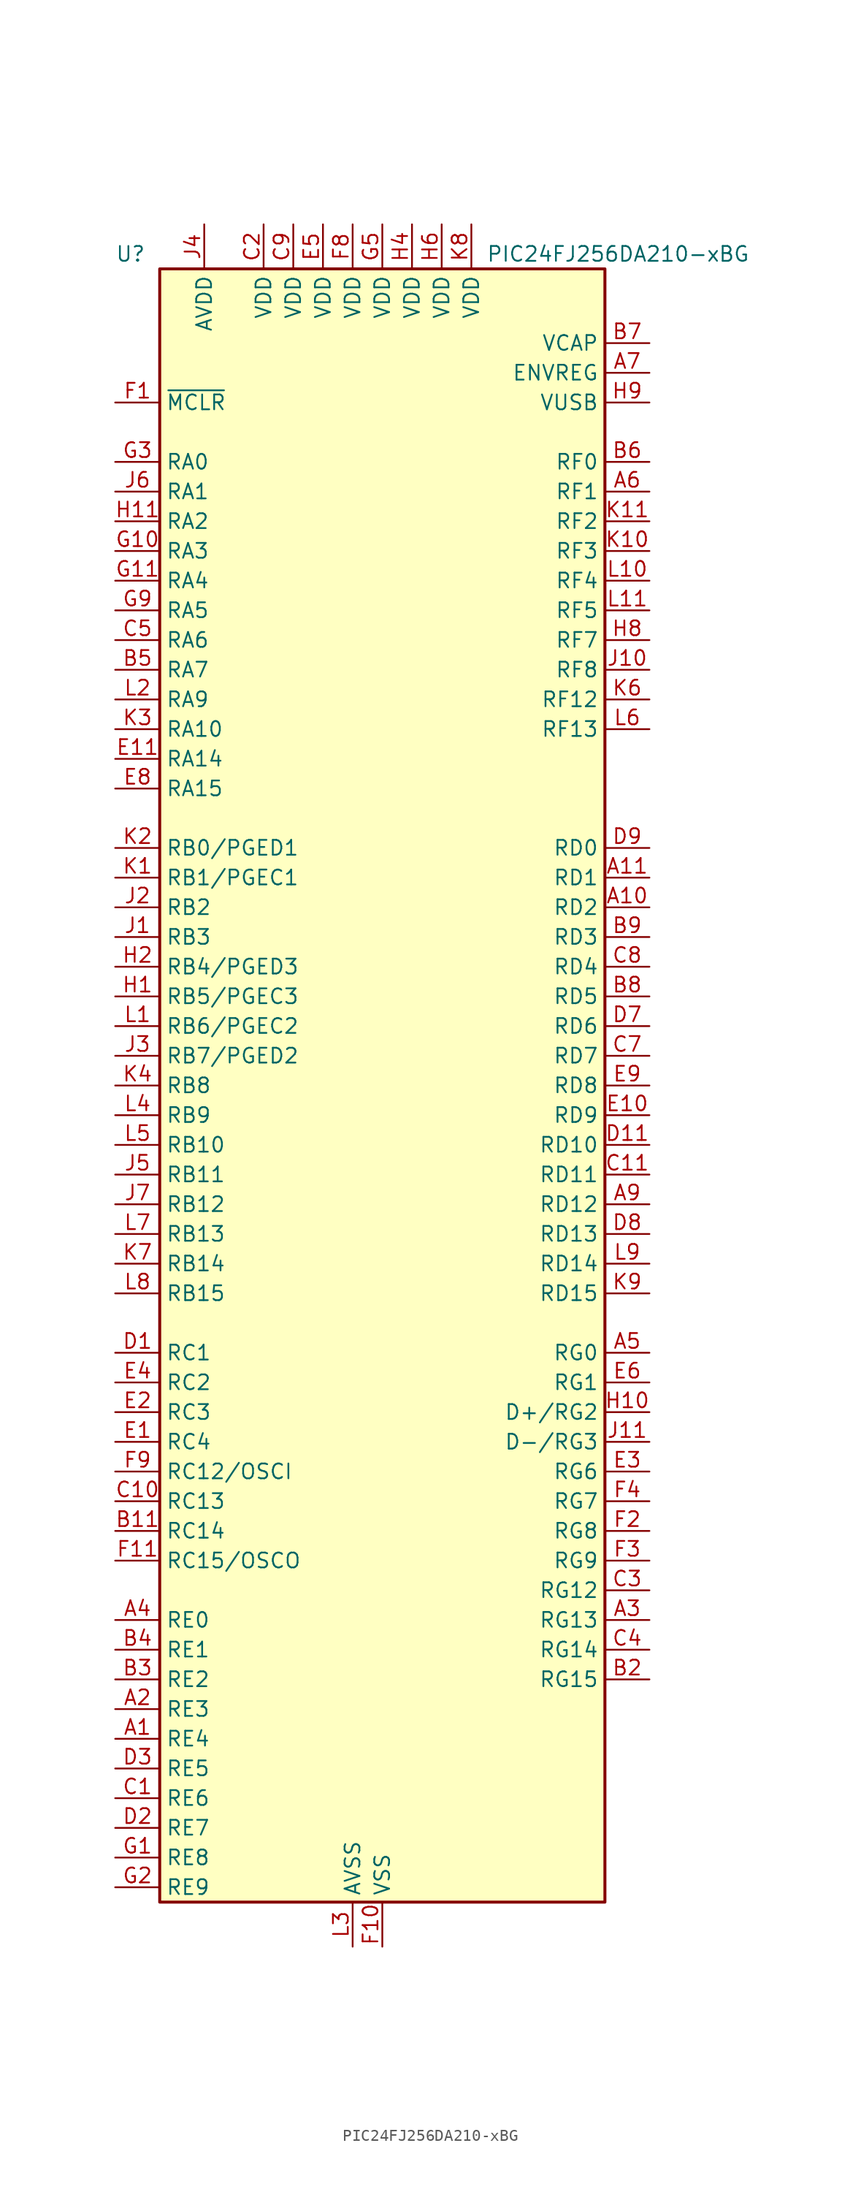
<source format=kicad_sym>
(kicad_symbol_lib
  (version 20241209)
  (generator "kicad_symbol_editor")
  (generator_version "9.0")
  (symbol "PIC24FJ256DA210-xBG"
    (property "Reference" "U"
      (at -22.86 71.12 0)
      (effects (font (size 1.27 1.27)) (justify left)))
    (property "Value" "PIC24FJ256DA210-xBG"
      (at 8.89 71.12 0)
      (effects (font (size 1.27 1.27)) (justify left)))
    (symbol "PIC24FJ256DA210-xBG_1_1"
      (rectangle (start -19.05 69.85) (end 19.05 -69.85) (stroke (width 0.254) (type default)) (fill (type background)))
      (pin input line (at -22.86 58.42 0) (length 3.81) (name "~{MCLR}" (effects (font (size 1.27 1.27)))) (number "F1" (effects (font (size 1.27 1.27)))))
      (pin bidirectional line (at -22.86 53.34 0) (length 3.81) (name "RA0" (effects (font (size 1.27 1.27)))) (number "G3" (effects (font (size 1.27 1.27)))))
      (pin bidirectional line (at -22.86 50.8 0) (length 3.81) (name "RA1" (effects (font (size 1.27 1.27)))) (number "J6" (effects (font (size 1.27 1.27)))))
      (pin bidirectional line (at -22.86 48.26 0) (length 3.81) (name "RA2" (effects (font (size 1.27 1.27)))) (number "H11" (effects (font (size 1.27 1.27)))))
      (pin bidirectional line (at -22.86 45.72 0) (length 3.81) (name "RA3" (effects (font (size 1.27 1.27)))) (number "G10" (effects (font (size 1.27 1.27)))))
      (pin bidirectional line (at -22.86 43.18 0) (length 3.81) (name "RA4" (effects (font (size 1.27 1.27)))) (number "G11" (effects (font (size 1.27 1.27)))))
      (pin bidirectional line (at -22.86 40.64 0) (length 3.81) (name "RA5" (effects (font (size 1.27 1.27)))) (number "G9" (effects (font (size 1.27 1.27)))))
      (pin bidirectional line (at -22.86 38.1 0) (length 3.81) (name "RA6" (effects (font (size 1.27 1.27)))) (number "C5" (effects (font (size 1.27 1.27)))))
      (pin bidirectional line (at -22.86 35.56 0) (length 3.81) (name "RA7" (effects (font (size 1.27 1.27)))) (number "B5" (effects (font (size 1.27 1.27)))))
      (pin bidirectional line (at -22.86 33.02 0) (length 3.81) (name "RA9" (effects (font (size 1.27 1.27)))) (number "L2" (effects (font (size 1.27 1.27)))))
      (pin bidirectional line (at -22.86 30.48 0) (length 3.81) (name "RA10" (effects (font (size 1.27 1.27)))) (number "K3" (effects (font (size 1.27 1.27)))))
      (pin bidirectional line (at -22.86 27.94 0) (length 3.81) (name "RA14" (effects (font (size 1.27 1.27)))) (number "E11" (effects (font (size 1.27 1.27)))))
      (pin bidirectional line (at -22.86 25.4 0) (length 3.81) (name "RA15" (effects (font (size 1.27 1.27)))) (number "E8" (effects (font (size 1.27 1.27)))))
      (pin bidirectional line (at -22.86 20.32 0) (length 3.81) (name "RB0/PGED1" (effects (font (size 1.27 1.27)))) (number "K2" (effects (font (size 1.27 1.27)))))
      (pin bidirectional line (at -22.86 17.78 0) (length 3.81) (name "RB1/PGEC1" (effects (font (size 1.27 1.27)))) (number "K1" (effects (font (size 1.27 1.27)))))
      (pin bidirectional line (at -22.86 15.24 0) (length 3.81) (name "RB2" (effects (font (size 1.27 1.27)))) (number "J2" (effects (font (size 1.27 1.27)))))
      (pin bidirectional line (at -22.86 12.7 0) (length 3.81) (name "RB3" (effects (font (size 1.27 1.27)))) (number "J1" (effects (font (size 1.27 1.27)))))
      (pin bidirectional line (at -22.86 10.16 0) (length 3.81) (name "RB4/PGED3" (effects (font (size 1.27 1.27)))) (number "H2" (effects (font (size 1.27 1.27)))))
      (pin bidirectional line (at -22.86 7.62 0) (length 3.81) (name "RB5/PGEC3" (effects (font (size 1.27 1.27)))) (number "H1" (effects (font (size 1.27 1.27)))))
      (pin bidirectional line (at -22.86 5.08 0) (length 3.81) (name "RB6/PGEC2" (effects (font (size 1.27 1.27)))) (number "L1" (effects (font (size 1.27 1.27)))))
      (pin bidirectional line (at -22.86 2.54 0) (length 3.81) (name "RB7/PGED2" (effects (font (size 1.27 1.27)))) (number "J3" (effects (font (size 1.27 1.27)))))
      (pin bidirectional line (at -22.86 0 0) (length 3.81) (name "RB8" (effects (font (size 1.27 1.27)))) (number "K4" (effects (font (size 1.27 1.27)))))
      (pin bidirectional line (at -22.86 -2.54 0) (length 3.81) (name "RB9" (effects (font (size 1.27 1.27)))) (number "L4" (effects (font (size 1.27 1.27)))))
      (pin bidirectional line (at -22.86 -5.08 0) (length 3.81) (name "RB10" (effects (font (size 1.27 1.27)))) (number "L5" (effects (font (size 1.27 1.27)))))
      (pin bidirectional line (at -22.86 -7.62 0) (length 3.81) (name "RB11" (effects (font (size 1.27 1.27)))) (number "J5" (effects (font (size 1.27 1.27)))))
      (pin bidirectional line (at -22.86 -10.16 0) (length 3.81) (name "RB12" (effects (font (size 1.27 1.27)))) (number "J7" (effects (font (size 1.27 1.27)))))
      (pin bidirectional line (at -22.86 -12.7 0) (length 3.81) (name "RB13" (effects (font (size 1.27 1.27)))) (number "L7" (effects (font (size 1.27 1.27)))))
      (pin bidirectional line (at -22.86 -15.24 0) (length 3.81) (name "RB14" (effects (font (size 1.27 1.27)))) (number "K7" (effects (font (size 1.27 1.27)))))
      (pin bidirectional line (at -22.86 -17.78 0) (length 3.81) (name "RB15" (effects (font (size 1.27 1.27)))) (number "L8" (effects (font (size 1.27 1.27)))))
      (pin bidirectional line (at -22.86 -22.86 0) (length 3.81) (name "RC1" (effects (font (size 1.27 1.27)))) (number "D1" (effects (font (size 1.27 1.27)))))
      (pin bidirectional line (at -22.86 -25.4 0) (length 3.81) (name "RC2" (effects (font (size 1.27 1.27)))) (number "E4" (effects (font (size 1.27 1.27)))))
      (pin bidirectional line (at -22.86 -27.94 0) (length 3.81) (name "RC3" (effects (font (size 1.27 1.27)))) (number "E2" (effects (font (size 1.27 1.27)))))
      (pin bidirectional line (at -22.86 -30.48 0) (length 3.81) (name "RC4" (effects (font (size 1.27 1.27)))) (number "E1" (effects (font (size 1.27 1.27)))))
      (pin bidirectional line (at -22.86 -33.02 0) (length 3.81) (name "RC12/OSCI" (effects (font (size 1.27 1.27)))) (number "F9" (effects (font (size 1.27 1.27)))))
      (pin bidirectional line (at -22.86 -35.56 0) (length 3.81) (name "RC13" (effects (font (size 1.27 1.27)))) (number "C10" (effects (font (size 1.27 1.27)))))
      (pin bidirectional line (at -22.86 -38.1 0) (length 3.81) (name "RC14" (effects (font (size 1.27 1.27)))) (number "B11" (effects (font (size 1.27 1.27)))))
      (pin bidirectional line (at -22.86 -40.64 0) (length 3.81) (name "RC15/OSCO" (effects (font (size 1.27 1.27)))) (number "F11" (effects (font (size 1.27 1.27)))))
      (pin bidirectional line (at -22.86 -45.72 0) (length 3.81) (name "RE0" (effects (font (size 1.27 1.27)))) (number "A4" (effects (font (size 1.27 1.27)))))
      (pin bidirectional line (at -22.86 -48.26 0) (length 3.81) (name "RE1" (effects (font (size 1.27 1.27)))) (number "B4" (effects (font (size 1.27 1.27)))))
      (pin bidirectional line (at -22.86 -50.8 0) (length 3.81) (name "RE2" (effects (font (size 1.27 1.27)))) (number "B3" (effects (font (size 1.27 1.27)))))
      (pin bidirectional line (at -22.86 -53.34 0) (length 3.81) (name "RE3" (effects (font (size 1.27 1.27)))) (number "A2" (effects (font (size 1.27 1.27)))))
      (pin bidirectional line (at -22.86 -55.88 0) (length 3.81) (name "RE4" (effects (font (size 1.27 1.27)))) (number "A1" (effects (font (size 1.27 1.27)))))
      (pin bidirectional line (at -22.86 -58.42 0) (length 3.81) (name "RE5" (effects (font (size 1.27 1.27)))) (number "D3" (effects (font (size 1.27 1.27)))))
      (pin bidirectional line (at -22.86 -60.96 0) (length 3.81) (name "RE6" (effects (font (size 1.27 1.27)))) (number "C1" (effects (font (size 1.27 1.27)))))
      (pin bidirectional line (at -22.86 -63.5 0) (length 3.81) (name "RE7" (effects (font (size 1.27 1.27)))) (number "D2" (effects (font (size 1.27 1.27)))))
      (pin bidirectional line (at -22.86 -66.04 0) (length 3.81) (name "RE8" (effects (font (size 1.27 1.27)))) (number "G1" (effects (font (size 1.27 1.27)))))
      (pin bidirectional line (at -22.86 -68.58 0) (length 3.81) (name "RE9" (effects (font (size 1.27 1.27)))) (number "G2" (effects (font (size 1.27 1.27)))))
      (pin power_in line (at -15.24 73.66 270) (length 3.81) (name "AVDD" (effects (font (size 1.27 1.27)))) (number "J4" (effects (font (size 1.27 1.27)))))
      (pin power_in line (at -10.16 73.66 270) (length 3.81) (name "VDD" (effects (font (size 1.27 1.27)))) (number "C2" (effects (font (size 1.27 1.27)))))
      (pin power_in line (at -7.62 73.66 270) (length 3.81) (name "VDD" (effects (font (size 1.27 1.27)))) (number "C9" (effects (font (size 1.27 1.27)))))
      (pin power_in line (at -5.08 73.66 270) (length 3.81) (name "VDD" (effects (font (size 1.27 1.27)))) (number "E5" (effects (font (size 1.27 1.27)))))
      (pin power_in line (at -2.54 73.66 270) (length 3.81) (name "VDD" (effects (font (size 1.27 1.27)))) (number "F8" (effects (font (size 1.27 1.27)))))
      (pin power_in line (at -2.54 -73.66 90) (length 3.81) (name "AVSS" (effects (font (size 1.27 1.27)))) (number "L3" (effects (font (size 1.27 1.27)))))
      (pin power_in line (at 0 73.66 270) (length 3.81) (name "VDD" (effects (font (size 1.27 1.27)))) (number "G5" (effects (font (size 1.27 1.27)))))
      (pin passive line (at 0 -73.66 90) (length 3.81) (hide yes) (name "VSS" (effects (font (size 1.27 1.27)))) (number "B10" (effects (font (size 1.27 1.27)))))
      (pin passive line (at 0 -73.66 90) (length 3.81) (hide yes) (name "VSS" (effects (font (size 1.27 1.27)))) (number "D4" (effects (font (size 1.27 1.27)))))
      (pin passive line (at 0 -73.66 90) (length 3.81) (hide yes) (name "VSS" (effects (font (size 1.27 1.27)))) (number "D5" (effects (font (size 1.27 1.27)))))
      (pin power_in line (at 0 -73.66 90) (length 3.81) (name "VSS" (effects (font (size 1.27 1.27)))) (number "F10" (effects (font (size 1.27 1.27)))))
      (pin passive line (at 0 -73.66 90) (length 3.81) (hide yes) (name "VSS" (effects (font (size 1.27 1.27)))) (number "F5" (effects (font (size 1.27 1.27)))))
      (pin passive line (at 0 -73.66 90) (length 3.81) (hide yes) (name "VSS" (effects (font (size 1.27 1.27)))) (number "G6" (effects (font (size 1.27 1.27)))))
      (pin passive line (at 0 -73.66 90) (length 3.81) (hide yes) (name "VSS" (effects (font (size 1.27 1.27)))) (number "G7" (effects (font (size 1.27 1.27)))))
      (pin passive line (at 0 -73.66 90) (length 3.81) (hide yes) (name "VSS" (effects (font (size 1.27 1.27)))) (number "H3" (effects (font (size 1.27 1.27)))))
      (pin power_in line (at 2.54 73.66 270) (length 3.81) (name "VDD" (effects (font (size 1.27 1.27)))) (number "H4" (effects (font (size 1.27 1.27)))))
      (pin no_connect line (at 2.54 -25.4 180) (length 3.81) (hide yes) (name "N/C" (effects (font (size 1.27 1.27)))) (number "A8" (effects (font (size 1.27 1.27)))))
      (pin no_connect line (at 2.54 -27.94 180) (length 3.81) (hide yes) (name "N/C" (effects (font (size 1.27 1.27)))) (number "B1" (effects (font (size 1.27 1.27)))))
      (pin no_connect line (at 2.54 -30.48 180) (length 3.81) (hide yes) (name "N/C" (effects (font (size 1.27 1.27)))) (number "C6" (effects (font (size 1.27 1.27)))))
      (pin no_connect line (at 2.54 -33.02 180) (length 3.81) (hide yes) (name "N/C" (effects (font (size 1.27 1.27)))) (number "D6" (effects (font (size 1.27 1.27)))))
      (pin no_connect line (at 2.54 -35.56 180) (length 3.81) (hide yes) (name "N/C" (effects (font (size 1.27 1.27)))) (number "D10" (effects (font (size 1.27 1.27)))))
      (pin no_connect line (at 2.54 -38.1 180) (length 3.81) (hide yes) (name "N/C" (effects (font (size 1.27 1.27)))) (number "E7" (effects (font (size 1.27 1.27)))))
      (pin no_connect line (at 2.54 -40.64 180) (length 3.81) (hide yes) (name "N/C" (effects (font (size 1.27 1.27)))) (number "F6" (effects (font (size 1.27 1.27)))))
      (pin no_connect line (at 2.54 -43.18 180) (length 3.81) (hide yes) (name "N/C" (effects (font (size 1.27 1.27)))) (number "F7" (effects (font (size 1.27 1.27)))))
      (pin no_connect line (at 2.54 -45.72 180) (length 3.81) (hide yes) (name "N/C" (effects (font (size 1.27 1.27)))) (number "G4" (effects (font (size 1.27 1.27)))))
      (pin no_connect line (at 2.54 -48.26 180) (length 3.81) (hide yes) (name "N/C" (effects (font (size 1.27 1.27)))) (number "G8" (effects (font (size 1.27 1.27)))))
      (pin no_connect line (at 2.54 -50.8 180) (length 3.81) (hide yes) (name "N/C" (effects (font (size 1.27 1.27)))) (number "H5" (effects (font (size 1.27 1.27)))))
      (pin no_connect line (at 2.54 -53.34 180) (length 3.81) (hide yes) (name "N/C" (effects (font (size 1.27 1.27)))) (number "H7" (effects (font (size 1.27 1.27)))))
      (pin no_connect line (at 2.54 -55.88 180) (length 3.81) (hide yes) (name "N/C" (effects (font (size 1.27 1.27)))) (number "J8" (effects (font (size 1.27 1.27)))))
      (pin no_connect line (at 2.54 -58.42 180) (length 3.81) (hide yes) (name "N/C" (effects (font (size 1.27 1.27)))) (number "J9" (effects (font (size 1.27 1.27)))))
      (pin no_connect line (at 2.54 -60.96 180) (length 3.81) (hide yes) (name "N/C" (effects (font (size 1.27 1.27)))) (number "K5" (effects (font (size 1.27 1.27)))))
      (pin power_in line (at 5.08 73.66 270) (length 3.81) (name "VDD" (effects (font (size 1.27 1.27)))) (number "H6" (effects (font (size 1.27 1.27)))))
      (pin power_in line (at 7.62 73.66 270) (length 3.81) (name "VDD" (effects (font (size 1.27 1.27)))) (number "K8" (effects (font (size 1.27 1.27)))))
      (pin passive line (at 22.86 63.5 180) (length 3.81) (name "VCAP" (effects (font (size 1.27 1.27)))) (number "B7" (effects (font (size 1.27 1.27)))))
      (pin input line (at 22.86 60.96 180) (length 3.81) (name "ENVREG" (effects (font (size 1.27 1.27)))) (number "A7" (effects (font (size 1.27 1.27)))))
      (pin bidirectional line (at 22.86 58.42 180) (length 3.81) (name "VUSB" (effects (font (size 1.27 1.27)))) (number "H9" (effects (font (size 1.27 1.27)))))
      (pin bidirectional line (at 22.86 53.34 180) (length 3.81) (name "RF0" (effects (font (size 1.27 1.27)))) (number "B6" (effects (font (size 1.27 1.27)))))
      (pin bidirectional line (at 22.86 50.8 180) (length 3.81) (name "RF1" (effects (font (size 1.27 1.27)))) (number "A6" (effects (font (size 1.27 1.27)))))
      (pin bidirectional line (at 22.86 48.26 180) (length 3.81) (name "RF2" (effects (font (size 1.27 1.27)))) (number "K11" (effects (font (size 1.27 1.27)))))
      (pin bidirectional line (at 22.86 45.72 180) (length 3.81) (name "RF3" (effects (font (size 1.27 1.27)))) (number "K10" (effects (font (size 1.27 1.27)))))
      (pin bidirectional line (at 22.86 43.18 180) (length 3.81) (name "RF4" (effects (font (size 1.27 1.27)))) (number "L10" (effects (font (size 1.27 1.27)))))
      (pin bidirectional line (at 22.86 40.64 180) (length 3.81) (name "RF5" (effects (font (size 1.27 1.27)))) (number "L11" (effects (font (size 1.27 1.27)))))
      (pin bidirectional line (at 22.86 38.1 180) (length 3.81) (name "RF7" (effects (font (size 1.27 1.27)))) (number "H8" (effects (font (size 1.27 1.27)))))
      (pin bidirectional line (at 22.86 35.56 180) (length 3.81) (name "RF8" (effects (font (size 1.27 1.27)))) (number "J10" (effects (font (size 1.27 1.27)))))
      (pin bidirectional line (at 22.86 33.02 180) (length 3.81) (name "RF12" (effects (font (size 1.27 1.27)))) (number "K6" (effects (font (size 1.27 1.27)))))
      (pin bidirectional line (at 22.86 30.48 180) (length 3.81) (name "RF13" (effects (font (size 1.27 1.27)))) (number "L6" (effects (font (size 1.27 1.27)))))
      (pin bidirectional line (at 22.86 20.32 180) (length 3.81) (name "RD0" (effects (font (size 1.27 1.27)))) (number "D9" (effects (font (size 1.27 1.27)))))
      (pin bidirectional line (at 22.86 17.78 180) (length 3.81) (name "RD1" (effects (font (size 1.27 1.27)))) (number "A11" (effects (font (size 1.27 1.27)))))
      (pin bidirectional line (at 22.86 15.24 180) (length 3.81) (name "RD2" (effects (font (size 1.27 1.27)))) (number "A10" (effects (font (size 1.27 1.27)))))
      (pin bidirectional line (at 22.86 12.7 180) (length 3.81) (name "RD3" (effects (font (size 1.27 1.27)))) (number "B9" (effects (font (size 1.27 1.27)))))
      (pin bidirectional line (at 22.86 10.16 180) (length 3.81) (name "RD4" (effects (font (size 1.27 1.27)))) (number "C8" (effects (font (size 1.27 1.27)))))
      (pin bidirectional line (at 22.86 7.62 180) (length 3.81) (name "RD5" (effects (font (size 1.27 1.27)))) (number "B8" (effects (font (size 1.27 1.27)))))
      (pin bidirectional line (at 22.86 5.08 180) (length 3.81) (name "RD6" (effects (font (size 1.27 1.27)))) (number "D7" (effects (font (size 1.27 1.27)))))
      (pin bidirectional line (at 22.86 2.54 180) (length 3.81) (name "RD7" (effects (font (size 1.27 1.27)))) (number "C7" (effects (font (size 1.27 1.27)))))
      (pin bidirectional line (at 22.86 0 180) (length 3.81) (name "RD8" (effects (font (size 1.27 1.27)))) (number "E9" (effects (font (size 1.27 1.27)))))
      (pin bidirectional line (at 22.86 -2.54 180) (length 3.81) (name "RD9" (effects (font (size 1.27 1.27)))) (number "E10" (effects (font (size 1.27 1.27)))))
      (pin bidirectional line (at 22.86 -5.08 180) (length 3.81) (name "RD10" (effects (font (size 1.27 1.27)))) (number "D11" (effects (font (size 1.27 1.27)))))
      (pin bidirectional line (at 22.86 -7.62 180) (length 3.81) (name "RD11" (effects (font (size 1.27 1.27)))) (number "C11" (effects (font (size 1.27 1.27)))))
      (pin bidirectional line (at 22.86 -10.16 180) (length 3.81) (name "RD12" (effects (font (size 1.27 1.27)))) (number "A9" (effects (font (size 1.27 1.27)))))
      (pin bidirectional line (at 22.86 -12.7 180) (length 3.81) (name "RD13" (effects (font (size 1.27 1.27)))) (number "D8" (effects (font (size 1.27 1.27)))))
      (pin bidirectional line (at 22.86 -15.24 180) (length 3.81) (name "RD14" (effects (font (size 1.27 1.27)))) (number "L9" (effects (font (size 1.27 1.27)))))
      (pin bidirectional line (at 22.86 -17.78 180) (length 3.81) (name "RD15" (effects (font (size 1.27 1.27)))) (number "K9" (effects (font (size 1.27 1.27)))))
      (pin bidirectional line (at 22.86 -22.86 180) (length 3.81) (name "RG0" (effects (font (size 1.27 1.27)))) (number "A5" (effects (font (size 1.27 1.27)))))
      (pin bidirectional line (at 22.86 -25.4 180) (length 3.81) (name "RG1" (effects (font (size 1.27 1.27)))) (number "E6" (effects (font (size 1.27 1.27)))))
      (pin bidirectional line (at 22.86 -27.94 180) (length 3.81) (name "D+/RG2" (effects (font (size 1.27 1.27)))) (number "H10" (effects (font (size 1.27 1.27)))))
      (pin bidirectional line (at 22.86 -30.48 180) (length 3.81) (name "D-/RG3" (effects (font (size 1.27 1.27)))) (number "J11" (effects (font (size 1.27 1.27)))))
      (pin bidirectional line (at 22.86 -33.02 180) (length 3.81) (name "RG6" (effects (font (size 1.27 1.27)))) (number "E3" (effects (font (size 1.27 1.27)))))
      (pin bidirectional line (at 22.86 -35.56 180) (length 3.81) (name "RG7" (effects (font (size 1.27 1.27)))) (number "F4" (effects (font (size 1.27 1.27)))))
      (pin bidirectional line (at 22.86 -38.1 180) (length 3.81) (name "RG8" (effects (font (size 1.27 1.27)))) (number "F2" (effects (font (size 1.27 1.27)))))
      (pin bidirectional line (at 22.86 -40.64 180) (length 3.81) (name "RG9" (effects (font (size 1.27 1.27)))) (number "F3" (effects (font (size 1.27 1.27)))))
      (pin bidirectional line (at 22.86 -43.18 180) (length 3.81) (name "RG12" (effects (font (size 1.27 1.27)))) (number "C3" (effects (font (size 1.27 1.27)))))
      (pin bidirectional line (at 22.86 -45.72 180) (length 3.81) (name "RG13" (effects (font (size 1.27 1.27)))) (number "A3" (effects (font (size 1.27 1.27)))))
      (pin bidirectional line (at 22.86 -48.26 180) (length 3.81) (name "RG14" (effects (font (size 1.27 1.27)))) (number "C4" (effects (font (size 1.27 1.27)))))
      (pin bidirectional line (at 22.86 -50.8 180) (length 3.81) (name "RG15" (effects (font (size 1.27 1.27)))) (number "B2" (effects (font (size 1.27 1.27))))))))
</source>
